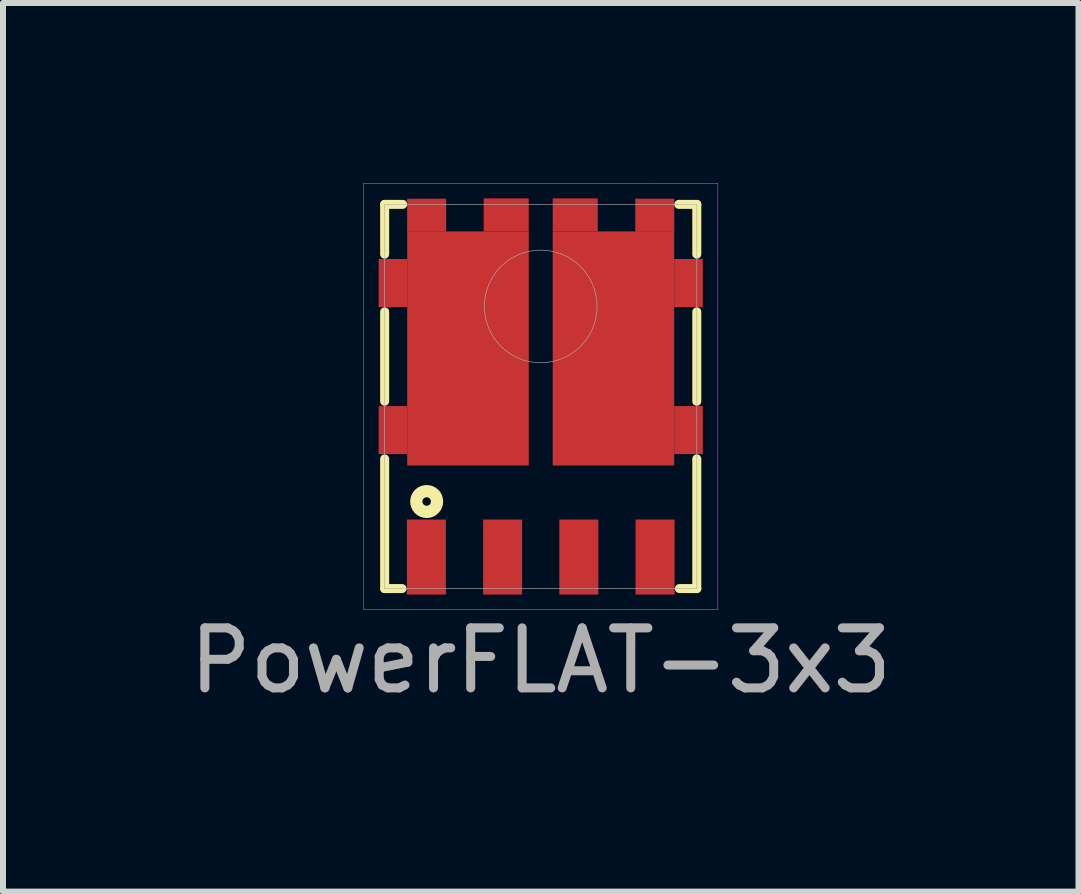
<source format=kicad_pcb>
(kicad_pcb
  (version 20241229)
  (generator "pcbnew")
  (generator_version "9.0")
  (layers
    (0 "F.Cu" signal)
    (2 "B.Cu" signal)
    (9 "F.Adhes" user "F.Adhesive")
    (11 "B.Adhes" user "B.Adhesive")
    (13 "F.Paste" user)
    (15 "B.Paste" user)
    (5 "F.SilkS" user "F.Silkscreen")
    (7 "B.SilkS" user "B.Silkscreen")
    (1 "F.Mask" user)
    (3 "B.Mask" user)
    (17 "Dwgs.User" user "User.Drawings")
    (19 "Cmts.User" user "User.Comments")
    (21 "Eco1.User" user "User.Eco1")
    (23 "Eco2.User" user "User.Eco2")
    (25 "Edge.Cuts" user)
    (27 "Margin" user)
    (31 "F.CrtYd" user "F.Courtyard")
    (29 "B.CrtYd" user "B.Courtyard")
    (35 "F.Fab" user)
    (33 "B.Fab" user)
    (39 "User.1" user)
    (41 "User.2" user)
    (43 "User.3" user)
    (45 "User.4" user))
  (footprint "PowerFLAT-3x3"
    (layer "F.Cu")
    (at 5.958 3.555)
    (property "Reference" "PowerFLAT-3x3" (at 0 4.4 0) (layer "F.Fab") (effects (font (size 1 1) (thickness 0.15))))
    (attr through_hole)
    (fp_line (start -2.6 -3.2) (end -2.6 -2.37) (stroke (width 0.15) (type solid)) (layer "F.SilkS"))
    (fp_line (start -2.6 -1.41) (end -2.6 0.08) (stroke (width 0.15) (type solid)) (layer "F.SilkS"))
    (fp_line (start -2.6 1.04) (end -2.6 3.2) (stroke (width 0.15) (type solid)) (layer "F.SilkS"))
    (fp_line (start -2.6 3.2) (end -2.31 3.2) (stroke (width 0.15) (type solid)) (layer "F.SilkS"))
    (fp_line (start -2.3 -3.2) (end -2.6 -3.2) (stroke (width 0.15) (type solid)) (layer "F.SilkS"))
    (fp_line (start 2.6 -3.2) (end 2.3 -3.2) (stroke (width 0.15) (type solid)) (layer "F.SilkS"))
    (fp_line (start 2.6 -2.37) (end 2.6 -3.2) (stroke (width 0.15) (type solid)) (layer "F.SilkS"))
    (fp_line (start 2.6 0.08) (end 2.6 -1.41) (stroke (width 0.15) (type solid)) (layer "F.SilkS"))
    (fp_line (start 2.6 1.04) (end 2.6 3.2) (stroke (width 0.15) (type solid)) (layer "F.SilkS"))
    (fp_line (start 2.6 3.2) (end 2.31 3.2) (stroke (width 0.15) (type solid)) (layer "F.SilkS"))
    (fp_circle (center -1.9 1.75) (end -1.85 1.8) (stroke (width 0.15) (type solid)) (fill no) (layer "F.SilkS"))
    (fp_circle (center -1.9 1.75) (end -1.7 1.75) (stroke (width 0.15) (type solid)) (fill no) (layer "F.SilkS"))
    (fp_line (start -2.95 -3.55) (end 1.9 -3.55) (stroke (width 0.01) (type solid)) (layer "F.CrtYd"))
    (fp_line (start -2.95 3.55) (end -2.95 -3.55) (stroke (width 0.01) (type solid)) (layer "F.CrtYd"))
    (fp_line (start 1.9 -3.55) (end 2.95 -3.55) (stroke (width 0.01) (type solid)) (layer "F.CrtYd"))
    (fp_line (start 2.95 -3.55) (end 2.95 3.55) (stroke (width 0.01) (type solid)) (layer "F.CrtYd"))
    (fp_line (start 2.95 3.55) (end -2.95 3.55) (stroke (width 0.01) (type solid)) (layer "F.CrtYd"))
    (fp_line (start -2.6 -3.2) (end 2.6 -3.2) (stroke (width 0.01) (type solid)) (layer "F.Fab"))
    (fp_line (start -2.6 3.2) (end -2.6 -3.2) (stroke (width 0.01) (type solid)) (layer "F.Fab"))
    (fp_line (start 2.6 -3.2) (end 2.6 3.2) (stroke (width 0.01) (type solid)) (layer "F.Fab"))
    (fp_line (start 2.6 3.2) (end -2.6 3.2) (stroke (width 0.01) (type solid)) (layer "F.Fab"))
    (fp_circle (center 0 -1.5) (end 0.7 -2.125) (stroke (width 0.01) (type solid)) (fill no) (layer "F.Fab"))
    (pad "D1" smd rect (at 0.575 -3.025) (size 0.75 0.55) (layers "F.Cu" "F.Mask" "F.Paste"))
    (pad "D1" smd rect (at 1.212 -0.8) (size 2.025 3.9) (layers "F.Cu" "F.Mask" "F.Paste"))
    (pad "D1" smd rect (at 1.9 -3.02) (size 0.65 0.55) (layers "F.Cu" "F.Mask" "F.Paste"))
    (pad "D1" smd rect (at 2.462 -1.89) (size 0.475 0.8) (layers "F.Cu" "F.Mask" "F.Paste"))
    (pad "D1" smd rect (at 2.462 0.56) (size 0.475 0.8) (layers "F.Cu" "F.Mask" "F.Paste"))
    (pad "D2" smd rect (at -2.462 -1.89) (size 0.475 0.8) (layers "F.Cu" "F.Mask" "F.Paste"))
    (pad "D2" smd rect (at -2.462 0.56) (size 0.475 0.8) (layers "F.Cu" "F.Mask" "F.Paste"))
    (pad "D2" smd rect (at -1.9 -3.02) (size 0.65 0.55) (layers "F.Cu" "F.Mask" "F.Paste"))
    (pad "D2" smd rect (at -1.212 -0.8) (size 2.025 3.9) (layers "F.Cu" "F.Mask" "F.Paste"))
    (pad "D2" smd rect (at -0.575 -3.025) (size 0.75 0.55) (layers "F.Cu" "F.Mask" "F.Paste"))
    (pad "G1" smd rect (at 1.905 2.675) (size 0.65 1.25) (layers "F.Cu" "F.Mask" "F.Paste"))
    (pad "G2" smd rect (at -0.635 2.675) (size 0.65 1.25) (layers "F.Cu" "F.Mask" "F.Paste"))
    (pad "S1" smd rect (at 0.635 2.675) (size 0.65 1.25) (layers "F.Cu" "F.Mask" "F.Paste"))
    (pad "S2" smd rect (at -1.905 2.675) (size 0.65 1.25) (layers "F.Cu" "F.Mask" "F.Paste")))
  (gr_rect
    (start -3 -3)
    (end 14.917 11.803)
    (stroke (width 0.1) (type default))
    (fill no)
    (layer "Edge.Cuts")))
</source>
